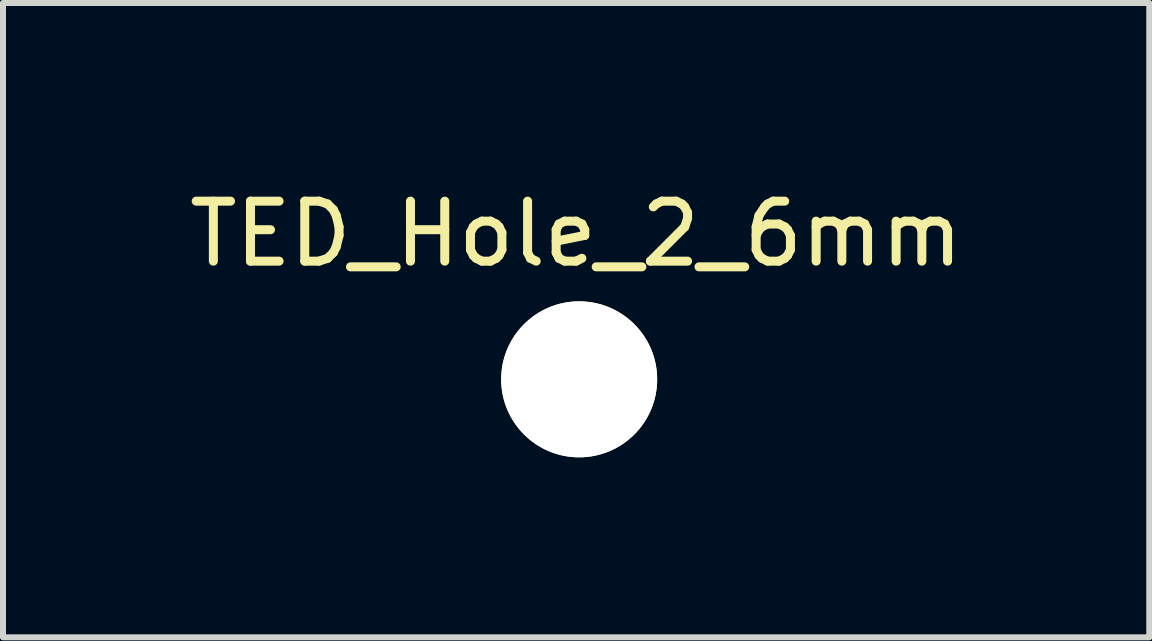
<source format=kicad_pcb>
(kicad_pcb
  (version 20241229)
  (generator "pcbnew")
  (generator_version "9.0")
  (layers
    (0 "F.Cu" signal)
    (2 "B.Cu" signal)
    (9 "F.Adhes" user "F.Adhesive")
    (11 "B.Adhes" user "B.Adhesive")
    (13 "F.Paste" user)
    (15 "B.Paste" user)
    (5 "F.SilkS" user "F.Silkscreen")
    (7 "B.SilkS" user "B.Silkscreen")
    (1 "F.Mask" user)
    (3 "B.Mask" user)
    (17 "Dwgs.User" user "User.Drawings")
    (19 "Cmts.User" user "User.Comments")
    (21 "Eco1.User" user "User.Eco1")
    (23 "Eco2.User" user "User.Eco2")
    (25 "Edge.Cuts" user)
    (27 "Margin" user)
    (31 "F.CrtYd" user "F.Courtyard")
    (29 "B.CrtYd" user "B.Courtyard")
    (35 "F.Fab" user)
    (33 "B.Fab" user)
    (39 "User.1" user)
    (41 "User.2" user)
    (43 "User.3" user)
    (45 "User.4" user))
  (footprint "TED_Hole_2_6mm"
    (layer "F.Cu")
    (at 6.604 3.273)
    (property "Reference" "TED_Hole_2_6mm" (at -0.05 -2.425 0) (layer "F.SilkS") (effects (font (size 1 1) (thickness 0.15))))
    (attr through_hole)
    (pad "" np_thru_hole circle (at 0 0) (size 2.6 2.6) (drill 2.6) (layers "*.Cu" "*.Mask" "F.SilkS")))
  (gr_rect
    (start -3 -3)
    (end 16.107 7.573)
    (stroke (width 0.1) (type default))
    (fill no)
    (layer "Edge.Cuts")))
</source>
